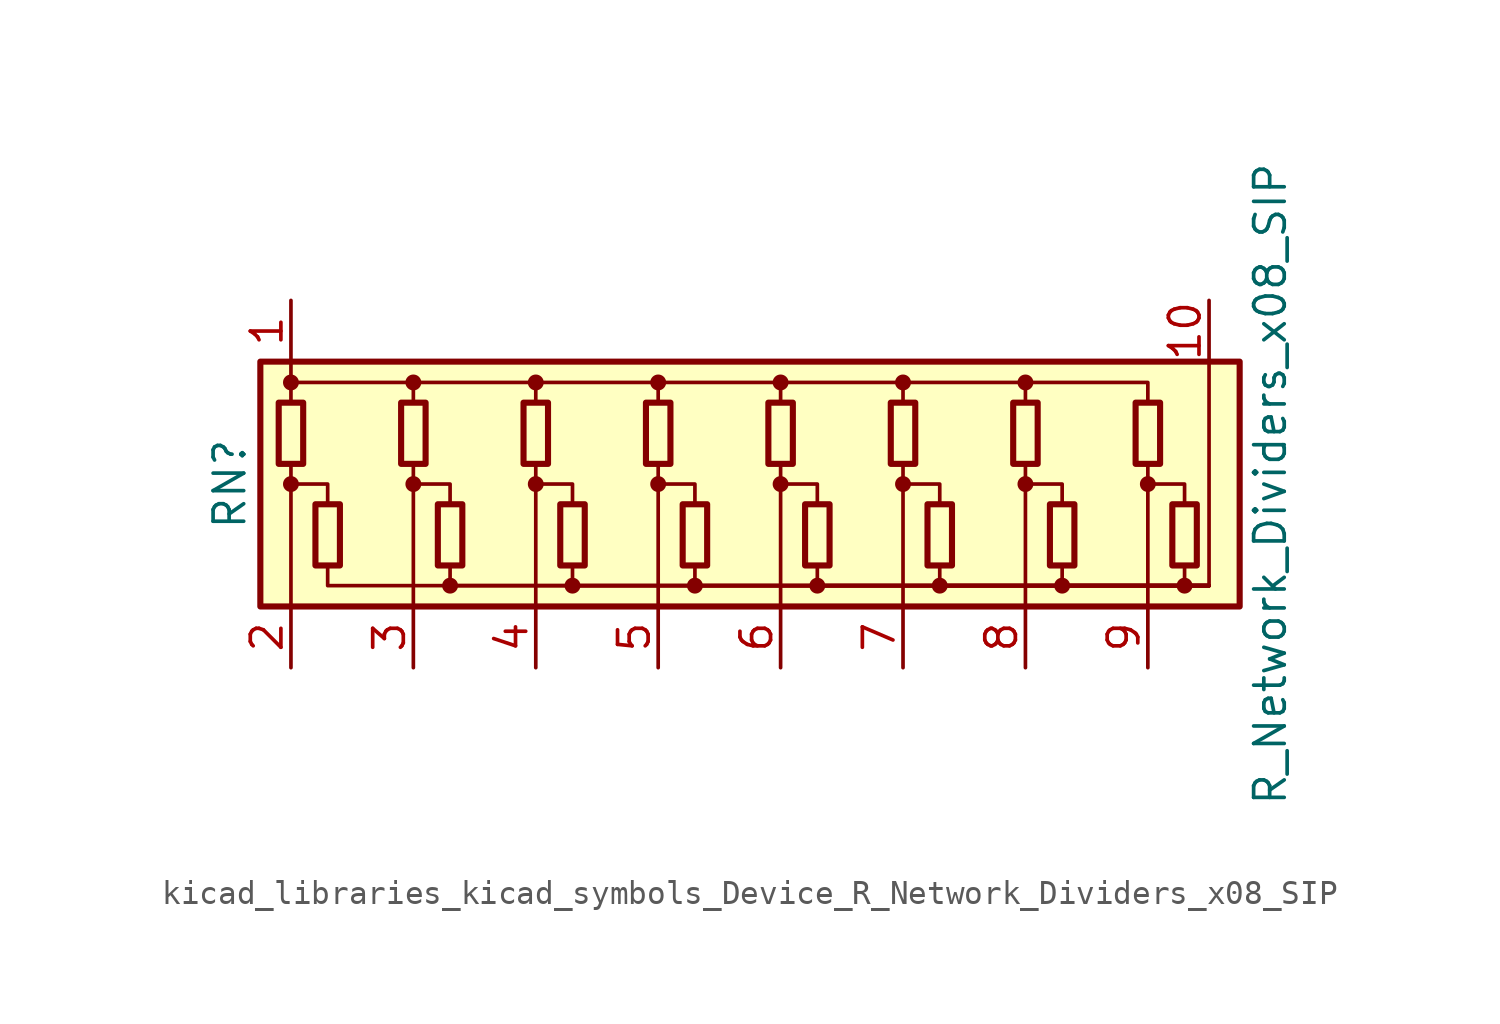
<source format=kicad_sym>
(kicad_symbol_lib
  (version 20220914)
  (generator kicad_symbol_editor)
  (symbol "kicad_libraries_kicad_symbols_Device_R_Network_Dividers_x08_SIP"
    (pin_names
      (offset 0) hide)
    (property "Reference" "RN"
      (at -22.86 0 90)
      (effects (font (size 1.27 1.27))))
    (property "Value" "R_Network_Dividers_x08_SIP"
      (at 20.32 0 90)
      (effects (font (size 1.27 1.27))))
    (symbol "kicad_libraries_kicad_symbols_Device_R_Network_Dividers_x08_SIP_0_1"
      (rectangle (start -21.59 -5.08) (end 19.05 5.08) (stroke (width 0.254) (type default)) (fill (type background)))
      (rectangle (start -20.828 3.378) (end -19.812 0.838) (stroke (width 0.254) (type default)) (fill (type none)))
      (circle (center -20.32 0) (radius 0.254) (stroke (width 0) (type default)) (fill (type outline)))
      (circle (center -20.32 4.216) (radius 0.254) (stroke (width 0) (type default)) (fill (type outline)))
      (rectangle (start -19.304 -3.378) (end -18.288 -0.838) (stroke (width 0.254) (type default)) (fill (type none)))
      (rectangle (start -15.748 3.378) (end -14.732 0.838) (stroke (width 0.254) (type default)) (fill (type none)))
      (circle (center -15.24 0) (radius 0.254) (stroke (width 0) (type default)) (fill (type outline)))
      (circle (center -15.24 4.216) (radius 0.254) (stroke (width 0) (type default)) (fill (type outline)))
      (rectangle (start -14.224 -3.378) (end -13.208 -0.838) (stroke (width 0.254) (type default)) (fill (type none)))
      (circle (center -13.716 -4.216) (radius 0.254) (stroke (width 0) (type default)) (fill (type outline)))
      (rectangle (start -10.668 3.378) (end -9.652 0.838) (stroke (width 0.254) (type default)) (fill (type none)))
      (circle (center -10.16 0) (radius 0.254) (stroke (width 0) (type default)) (fill (type outline)))
      (circle (center -10.16 4.216) (radius 0.254) (stroke (width 0) (type default)) (fill (type outline)))
      (rectangle (start -9.144 -3.378) (end -8.128 -0.838) (stroke (width 0.254) (type default)) (fill (type none)))
      (circle (center -8.636 -4.216) (radius 0.254) (stroke (width 0) (type default)) (fill (type outline)))
      (rectangle (start -5.588 3.378) (end -4.572 0.838) (stroke (width 0.254) (type default)) (fill (type none)))
      (circle (center -5.08 0) (radius 0.254) (stroke (width 0) (type default)) (fill (type outline)))
      (circle (center -5.08 4.216) (radius 0.254) (stroke (width 0) (type default)) (fill (type outline)))
      (rectangle (start -4.064 -3.378) (end -3.048 -0.838) (stroke (width 0.254) (type default)) (fill (type none)))
      (circle (center -3.556 -4.216) (radius 0.254) (stroke (width 0) (type default)) (fill (type outline)))
      (rectangle (start -0.508 3.378) (end 0.508 0.838) (stroke (width 0.254) (type default)) (fill (type none)))
      (polyline (pts (xy -20.32 -5.08) (xy -20.32 0.838)) (stroke (width 0) (type default)) (fill (type none)))
      (polyline (pts (xy -20.32 5.08) (xy -20.32 3.378)) (stroke (width 0) (type default)) (fill (type none)))
      (polyline (pts (xy -15.24 -5.08) (xy -15.24 0.838)) (stroke (width 0) (type default)) (fill (type none)))
      (polyline (pts (xy -10.16 -5.08) (xy -10.16 0.838)) (stroke (width 0) (type default)) (fill (type none)))
      (polyline (pts (xy -5.08 -5.08) (xy -5.08 0.838)) (stroke (width 0) (type default)) (fill (type none)))
      (polyline (pts (xy 0 -5.08) (xy 0 0.838)) (stroke (width 0) (type default)) (fill (type none)))
      (polyline (pts (xy 5.08 -5.08) (xy 5.08 0.838)) (stroke (width 0) (type default)) (fill (type none)))
      (polyline (pts (xy 10.16 -5.08) (xy 10.16 0.838)) (stroke (width 0) (type default)) (fill (type none)))
      (polyline (pts (xy 15.24 -5.08) (xy 15.24 0.838)) (stroke (width 0) (type default)) (fill (type none)))
      (polyline (pts (xy 17.78 -4.216) (xy 17.78 5.08)) (stroke (width 0) (type default)) (fill (type none)))
      (polyline (pts (xy -20.32 0) (xy -18.796 0) (xy -18.796 -0.838)) (stroke (width 0) (type default)) (fill (type none)))
      (polyline (pts (xy -20.32 4.216) (xy -15.24 4.216) (xy -15.24 3.378)) (stroke (width 0) (type default)) (fill (type none)))
      (polyline (pts (xy -18.796 -3.378) (xy -18.796 -4.216) (xy 17.78 -4.216)) (stroke (width 0) (type default)) (fill (type none)))
      (polyline (pts (xy -15.24 0) (xy -13.716 0) (xy -13.716 -0.838)) (stroke (width 0) (type default)) (fill (type none)))
      (polyline (pts (xy -15.24 4.216) (xy -10.16 4.216) (xy -10.16 3.378)) (stroke (width 0) (type default)) (fill (type none)))
      (polyline (pts (xy -13.716 -3.378) (xy -13.716 -4.216) (xy 17.78 -4.216)) (stroke (width 0) (type default)) (fill (type none)))
      (polyline (pts (xy -10.16 0) (xy -8.636 0) (xy -8.636 -0.838)) (stroke (width 0) (type default)) (fill (type none)))
      (polyline (pts (xy -10.16 4.216) (xy -5.08 4.216) (xy -5.08 3.378)) (stroke (width 0) (type default)) (fill (type none)))
      (polyline (pts (xy -8.636 -3.378) (xy -8.636 -4.216) (xy 17.78 -4.216)) (stroke (width 0) (type default)) (fill (type none)))
      (polyline (pts (xy -5.08 0) (xy -3.556 0) (xy -3.556 -0.838)) (stroke (width 0) (type default)) (fill (type none)))
      (polyline (pts (xy -5.08 4.216) (xy 0 4.216) (xy 0 3.378)) (stroke (width 0) (type default)) (fill (type none)))
      (polyline (pts (xy -3.556 -3.378) (xy -3.556 -4.216) (xy 17.78 -4.216)) (stroke (width 0) (type default)) (fill (type none)))
      (polyline (pts (xy 0 0) (xy 1.524 0) (xy 1.524 -0.838)) (stroke (width 0) (type default)) (fill (type none)))
      (polyline (pts (xy 0 4.216) (xy 5.08 4.216) (xy 5.08 3.378)) (stroke (width 0) (type default)) (fill (type none)))
      (polyline (pts (xy 1.524 -3.378) (xy 1.524 -4.216) (xy 17.78 -4.216)) (stroke (width 0) (type default)) (fill (type none)))
      (polyline (pts (xy 5.08 0) (xy 6.604 0) (xy 6.604 -0.838)) (stroke (width 0) (type default)) (fill (type none)))
      (polyline (pts (xy 5.08 4.216) (xy 10.16 4.216) (xy 10.16 3.378)) (stroke (width 0) (type default)) (fill (type none)))
      (polyline (pts (xy 6.604 -3.378) (xy 6.604 -4.216) (xy 17.78 -4.216)) (stroke (width 0) (type default)) (fill (type none)))
      (polyline (pts (xy 10.16 0) (xy 11.684 0) (xy 11.684 -0.838)) (stroke (width 0) (type default)) (fill (type none)))
      (polyline (pts (xy 10.16 4.216) (xy 15.24 4.216) (xy 15.24 3.378)) (stroke (width 0) (type default)) (fill (type none)))
      (polyline (pts (xy 11.684 -3.378) (xy 11.684 -4.216) (xy 17.78 -4.216)) (stroke (width 0) (type default)) (fill (type none)))
      (polyline (pts (xy 15.24 0) (xy 16.764 0) (xy 16.764 -0.838)) (stroke (width 0) (type default)) (fill (type none)))
      (polyline (pts (xy 16.764 -3.378) (xy 16.764 -4.216) (xy 17.78 -4.216)) (stroke (width 0) (type default)) (fill (type none)))
      (circle (center 0 0) (radius 0.254) (stroke (width 0) (type default)) (fill (type outline)))
      (circle (center 0 4.216) (radius 0.254) (stroke (width 0) (type default)) (fill (type outline)))
      (rectangle (start 1.016 -3.378) (end 2.032 -0.838) (stroke (width 0.254) (type default)) (fill (type none)))
      (circle (center 1.524 -4.216) (radius 0.254) (stroke (width 0) (type default)) (fill (type outline)))
      (rectangle (start 4.572 3.378) (end 5.588 0.838) (stroke (width 0.254) (type default)) (fill (type none)))
      (circle (center 5.08 0) (radius 0.254) (stroke (width 0) (type default)) (fill (type outline)))
      (circle (center 5.08 4.216) (radius 0.254) (stroke (width 0) (type default)) (fill (type outline)))
      (rectangle (start 6.096 -3.378) (end 7.112 -0.838) (stroke (width 0.254) (type default)) (fill (type none)))
      (circle (center 6.604 -4.216) (radius 0.254) (stroke (width 0) (type default)) (fill (type outline)))
      (rectangle (start 9.652 3.378) (end 10.668 0.838) (stroke (width 0.254) (type default)) (fill (type none)))
      (circle (center 10.16 0) (radius 0.254) (stroke (width 0) (type default)) (fill (type outline)))
      (circle (center 10.16 4.216) (radius 0.254) (stroke (width 0) (type default)) (fill (type outline)))
      (rectangle (start 11.176 -3.378) (end 12.192 -0.838) (stroke (width 0.254) (type default)) (fill (type none)))
      (circle (center 11.684 -4.216) (radius 0.254) (stroke (width 0) (type default)) (fill (type outline)))
      (rectangle (start 14.732 3.378) (end 15.748 0.838) (stroke (width 0.254) (type default)) (fill (type none)))
      (circle (center 15.24 0) (radius 0.254) (stroke (width 0) (type default)) (fill (type outline)))
      (rectangle (start 16.256 -3.378) (end 17.272 -0.838) (stroke (width 0.254) (type default)) (fill (type none)))
      (circle (center 16.764 -4.216) (radius 0.254) (stroke (width 0) (type default)) (fill (type outline))))
    (symbol "kicad_libraries_kicad_symbols_Device_R_Network_Dividers_x08_SIP_1_1"
      (pin passive line (at -20.32 7.62 270) (length 2.54) (name "COM1" (effects (font (size 1.27 1.27)))) (number "1" (effects (font (size 1.27 1.27)))))
      (pin passive line (at 17.78 7.62 270) (length 2.54) (name "COM2" (effects (font (size 1.27 1.27)))) (number "10" (effects (font (size 1.27 1.27)))))
      (pin passive line (at -20.32 -7.62 90) (length 2.54) (name "R1" (effects (font (size 1.27 1.27)))) (number "2" (effects (font (size 1.27 1.27)))))
      (pin passive line (at -15.24 -7.62 90) (length 2.54) (name "R2" (effects (font (size 1.27 1.27)))) (number "3" (effects (font (size 1.27 1.27)))))
      (pin passive line (at -10.16 -7.62 90) (length 2.54) (name "R3" (effects (font (size 1.27 1.27)))) (number "4" (effects (font (size 1.27 1.27)))))
      (pin passive line (at -5.08 -7.62 90) (length 2.54) (name "R4" (effects (font (size 1.27 1.27)))) (number "5" (effects (font (size 1.27 1.27)))))
      (pin passive line (at 0 -7.62 90) (length 2.54) (name "R5" (effects (font (size 1.27 1.27)))) (number "6" (effects (font (size 1.27 1.27)))))
      (pin passive line (at 5.08 -7.62 90) (length 2.54) (name "R6" (effects (font (size 1.27 1.27)))) (number "7" (effects (font (size 1.27 1.27)))))
      (pin passive line (at 10.16 -7.62 90) (length 2.54) (name "R7" (effects (font (size 1.27 1.27)))) (number "8" (effects (font (size 1.27 1.27)))))
      (pin passive line (at 15.24 -7.62 90) (length 2.54) (name "R8" (effects (font (size 1.27 1.27)))) (number "9" (effects (font (size 1.27 1.27))))))))
</source>
